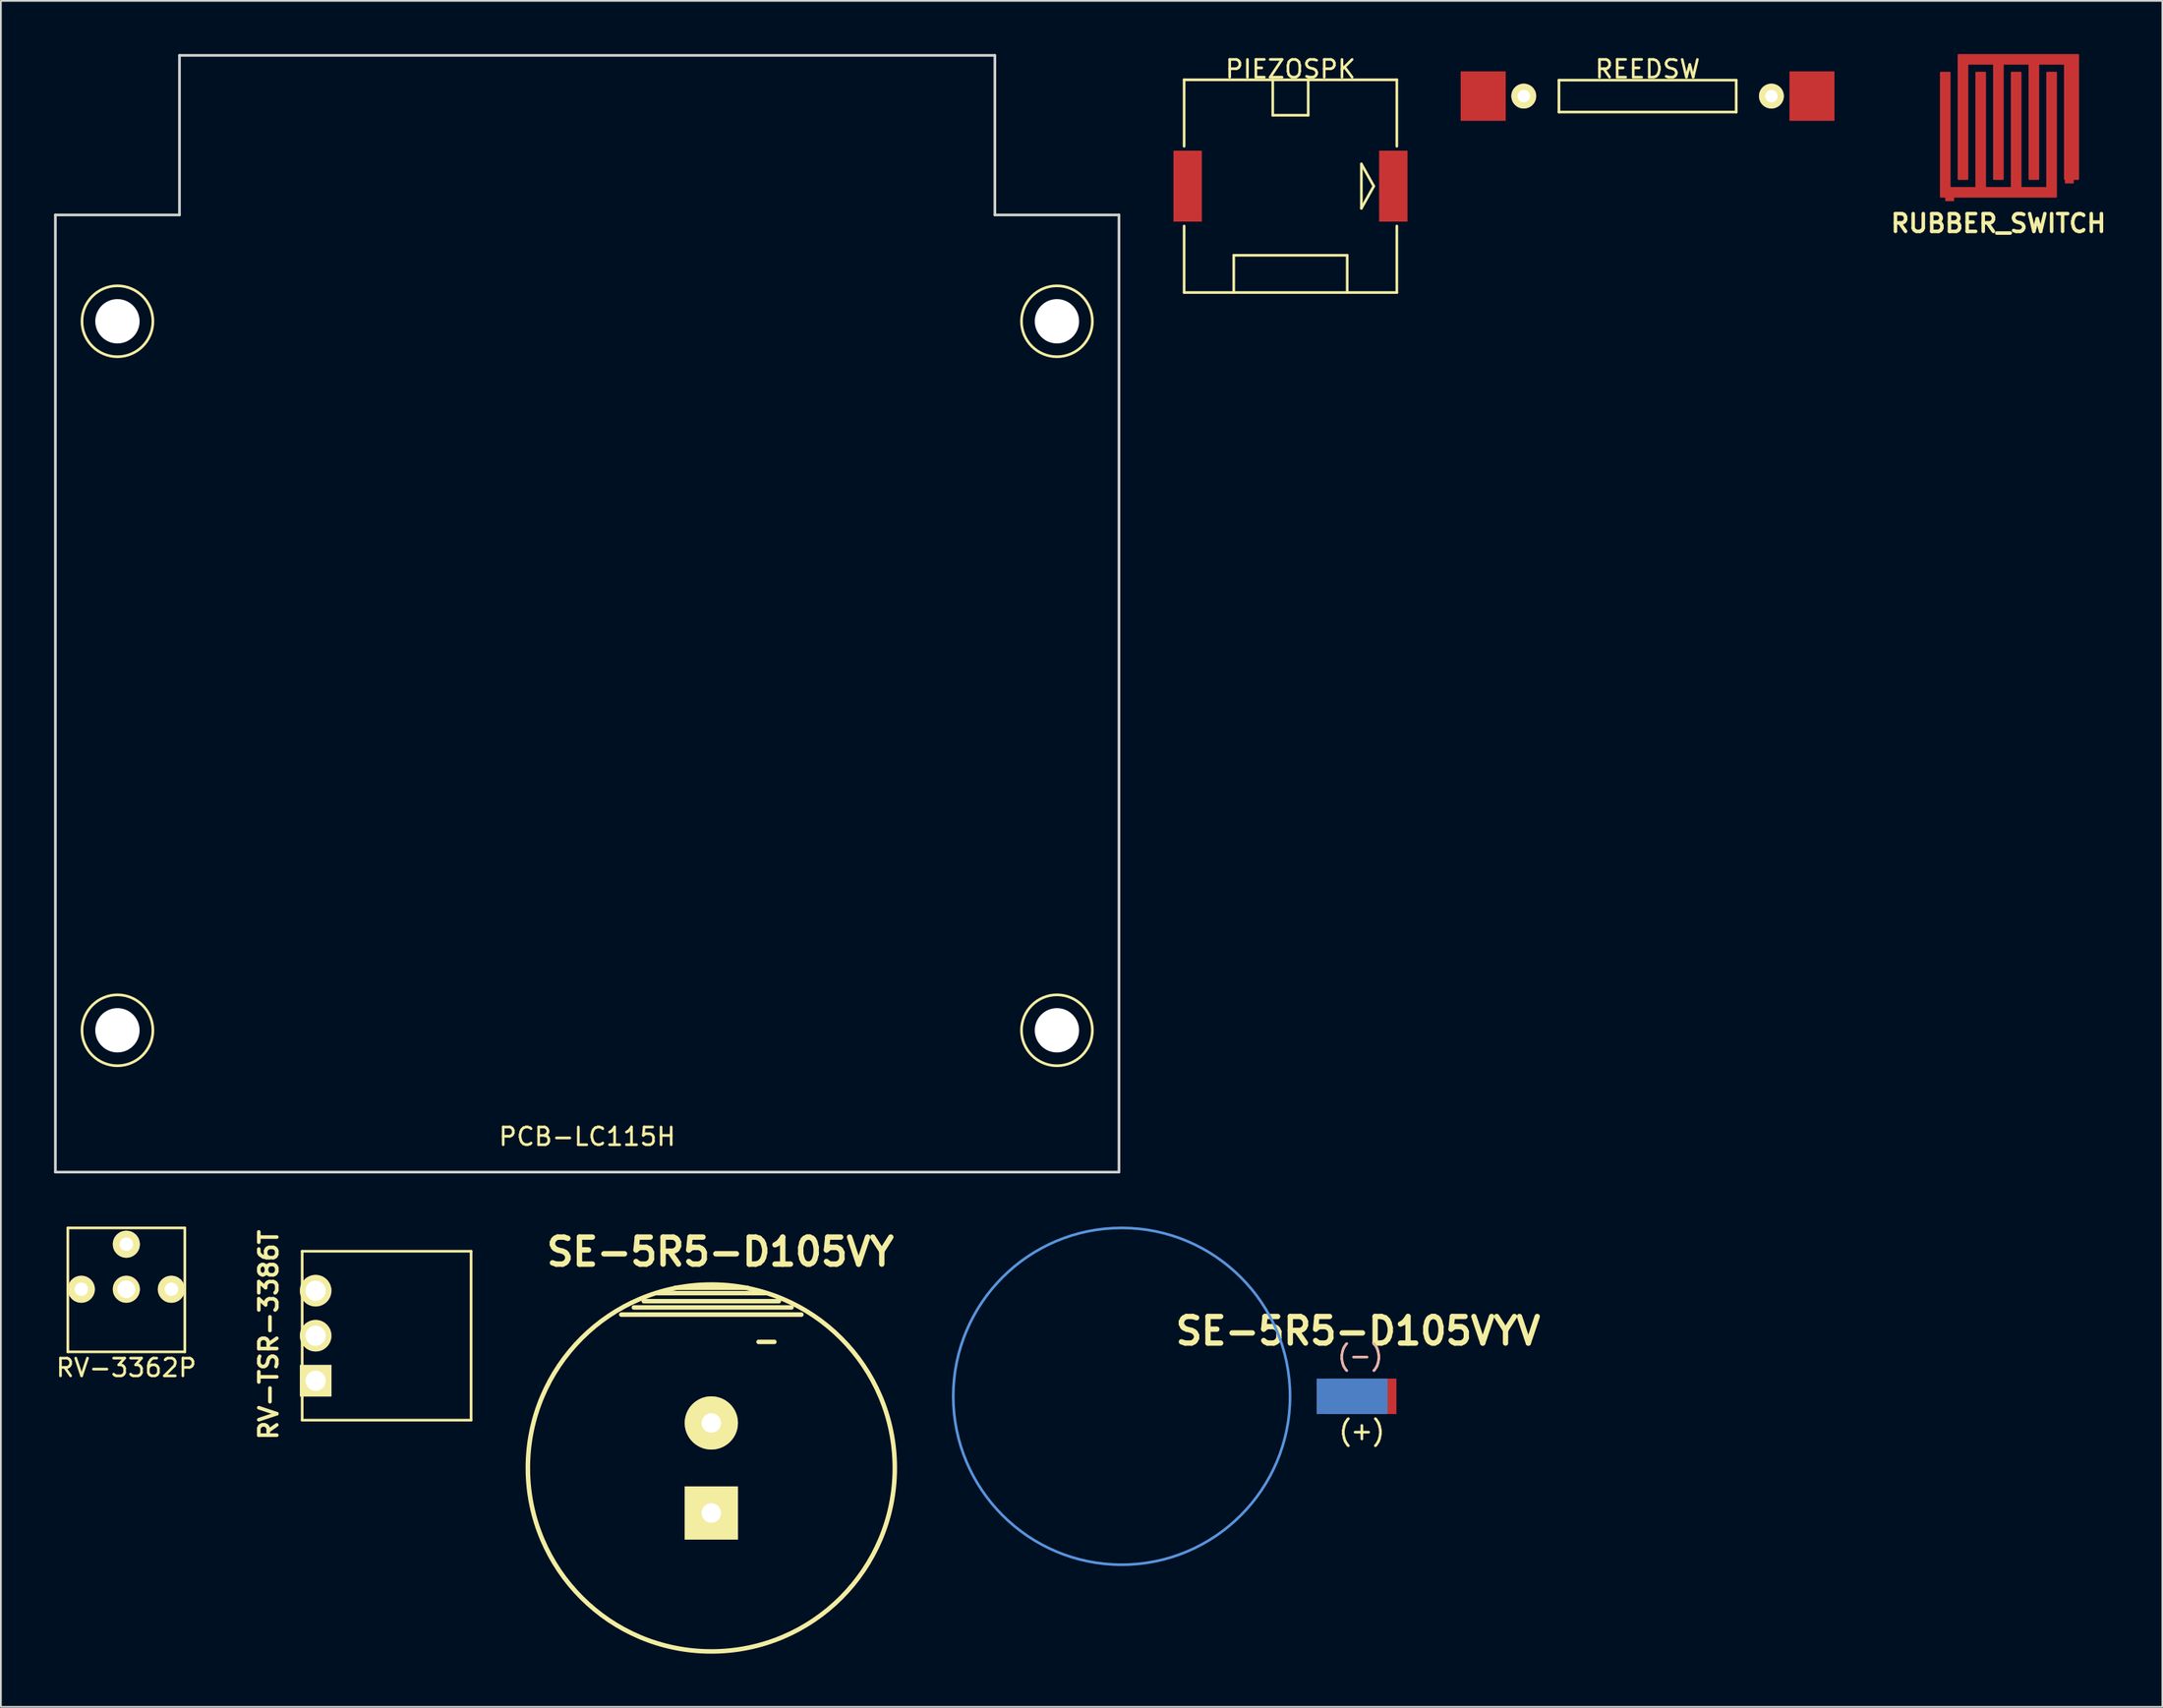
<source format=kicad_pcb>
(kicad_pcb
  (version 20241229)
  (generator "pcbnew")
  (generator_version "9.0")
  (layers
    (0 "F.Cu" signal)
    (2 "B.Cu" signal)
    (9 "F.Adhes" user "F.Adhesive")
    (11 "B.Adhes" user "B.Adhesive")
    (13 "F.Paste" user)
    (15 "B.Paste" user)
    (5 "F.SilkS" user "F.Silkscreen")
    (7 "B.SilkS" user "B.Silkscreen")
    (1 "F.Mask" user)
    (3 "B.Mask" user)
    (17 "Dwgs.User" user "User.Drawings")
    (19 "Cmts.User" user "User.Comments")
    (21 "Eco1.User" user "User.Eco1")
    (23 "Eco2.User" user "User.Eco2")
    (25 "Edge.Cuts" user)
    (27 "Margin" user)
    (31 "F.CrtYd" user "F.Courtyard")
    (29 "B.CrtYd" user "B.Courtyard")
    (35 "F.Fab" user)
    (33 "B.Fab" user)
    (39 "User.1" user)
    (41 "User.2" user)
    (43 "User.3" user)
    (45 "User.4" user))
  (footprint "SE-5R5-D105VY"
    (placed yes)
    (layer "F.Cu")
    (at 37.078 79.768)
    (property "Reference" "SE-5R5-D105VY" (at 0.508 -12.192 0) (layer "F.SilkS") (effects (font (size 1.524 1.524) (thickness 0.305))))
    (attr through_hole)
    (fp_line (start -4.368 -9.056) (end 4.522 -9.056) (stroke (width 0.254) (type solid)) (layer "F.SilkS"))
    (fp_line (start -3.048 -9.864) (end 3.048 -9.864) (stroke (width 0.254) (type solid)) (layer "F.SilkS"))
    (fp_line (start 2.032 -10.168) (end -2.032 -10.168) (stroke (width 0.254) (type solid)) (layer "F.SilkS"))
    (fp_line (start 2.667 -7.113) (end 3.556 -7.113) (stroke (width 0.254) (type solid)) (layer "F.SilkS"))
    (fp_line (start 3.81 -9.41) (end -3.81 -9.41) (stroke (width 0.254) (type solid)) (layer "F.SilkS"))
    (fp_line (start 5.08 -8.652) (end -5.08 -8.652) (stroke (width 0.254) (type solid)) (layer "F.SilkS"))
    (fp_circle (center 0 0) (end 10.35 0) (stroke (width 0.254) (type solid)) (fill no) (layer "F.SilkS"))
    (pad "1" thru_hole rect (at 0 2.54) (size 3 3) (drill 1.1) (layers "*.Cu" "*.Mask" "F.SilkS"))
    (pad "2" thru_hole circle (at 0 -2.54) (size 3 3) (drill 1.1) (layers "*.Cu" "*.Mask" "F.SilkS")))
  (footprint "PIEZOSPK"
    (layer "F.Cu")
    (at 69.75 7.452)
    (property "Reference" "PIEZOSPK" (at 0 -6.604 0) (layer "F.SilkS") (effects (font (size 1 1) (thickness 0.15))))
    (attr through_hole)
    (fp_line (start -6 -6) (end 6 -6) (stroke (width 0.15) (type solid)) (layer "F.SilkS"))
    (fp_line (start -6 -2.25) (end -6 -6) (stroke (width 0.15) (type solid)) (layer "F.SilkS"))
    (fp_line (start -6 2.25) (end -6 6) (stroke (width 0.15) (type solid)) (layer "F.SilkS"))
    (fp_line (start -6 6) (end 6 6) (stroke (width 0.15) (type solid)) (layer "F.SilkS"))
    (fp_line (start -3.2 3.9) (end 3.2 3.9) (stroke (width 0.15) (type solid)) (layer "F.SilkS"))
    (fp_line (start -3.2 6) (end -3.2 3.9) (stroke (width 0.15) (type solid)) (layer "F.SilkS"))
    (fp_line (start -1 -6) (end -1 -4) (stroke (width 0.15) (type solid)) (layer "F.SilkS"))
    (fp_line (start -1 -4) (end 1 -4) (stroke (width 0.15) (type solid)) (layer "F.SilkS"))
    (fp_line (start 1 -4) (end 1 -6) (stroke (width 0.15) (type solid)) (layer "F.SilkS"))
    (fp_line (start 3.2 3.9) (end 3.2 6) (stroke (width 0.15) (type solid)) (layer "F.SilkS"))
    (fp_line (start 4 -1.25) (end 4 1.25) (stroke (width 0.15) (type solid)) (layer "F.SilkS"))
    (fp_line (start 4 1.25) (end 4.7 0) (stroke (width 0.15) (type solid)) (layer "F.SilkS"))
    (fp_line (start 4.7 0) (end 4 -1.25) (stroke (width 0.15) (type solid)) (layer "F.SilkS"))
    (fp_line (start 6 -6) (end 6 -2.25) (stroke (width 0.15) (type solid)) (layer "F.SilkS"))
    (fp_line (start 6 6) (end 6 2.25) (stroke (width 0.15) (type solid)) (layer "F.SilkS"))
    (pad "1" smd rect (at -5.8 0) (size 1.6 4) (layers "F.Cu" "F.Mask" "F.Paste"))
    (pad "2" smd rect (at 5.8 0) (size 1.6 4) (layers "F.Cu" "F.Mask" "F.Paste")))
  (footprint "RUBBER_SWITCH"
    (layer "F.Cu")
    (at 109.688 4.05)
    (property "Reference" "RUBBER_SWITCH" (at 0 5.5 0) (layer "F.SilkS") (effects (font (size 1 1) (thickness 0.2))))
    (attr through_hole)
    (fp_poly (pts (xy -1.75 3) (xy -2.25 3) (xy -2.25 -4) (xy 4.5 -4) (xy 4.5 3) (xy 3.75 3) (xy 3.75 -3.5) (xy 2.25 -3.5) (xy 2.25 3) (xy 1.75 3) (xy 1.75 -3.5) (xy 0.25 -3.5) (xy 0.25 3) (xy -0.25 3) (xy -0.25 -3.5) (xy -1.75 -3.5) (xy -1.75 3)) (stroke (width 0.1) (type solid)) (fill yes) (layer "F.Cu"))
    (fp_poly (pts (xy -0.75 3.5) (xy 0.75 3.5) (xy 0.75 -3) (xy 1.25 -3) (xy 1.25 3.5) (xy 2.75 3.5) (xy 2.75 -3) (xy 3.25 -3) (xy 3.25 4) (xy -3.25 4) (xy -3.25 -3) (xy -2.75 -3) (xy -2.75 3.5) (xy -1.25 3.5) (xy -1.25 -3) (xy -0.75 -3) (xy -0.75 3.5)) (stroke (width 0.1) (type solid)) (fill yes) (layer "F.Cu"))
    (fp_poly (pts (xy -3.25 -4) (xy 4.5 -4) (xy 4.5 3) (xy 3.25 3) (xy 3.25 4) (xy -3.25 4) (xy -3.25 3.25)) (stroke (width 0.1) (type solid)) (fill yes) (layer "F.Mask"))
    (fp_poly (pts (xy -1.75 3) (xy -2.25 3) (xy -2.25 -4) (xy 4.5 -4) (xy 4.5 3) (xy 3.75 3) (xy 3.75 -3.5) (xy 2.25 -3.5) (xy 2.25 3) (xy 1.75 3) (xy 1.75 -3.5) (xy 0.25 -3.5) (xy 0.25 3) (xy -0.25 3) (xy -0.25 -3.5) (xy -1.75 -3.5) (xy -1.75 3)) (stroke (width 0.1) (type solid)) (fill yes) (layer "F.Paste"))
    (fp_poly (pts (xy -0.75 3.5) (xy 0.75 3.5) (xy 0.75 -3) (xy 1.25 -3) (xy 1.25 3.5) (xy 2.75 3.5) (xy 2.75 -3) (xy 3.25 -3) (xy 3.25 4) (xy -3.25 4) (xy -3.25 -3) (xy -2.75 -3) (xy -2.75 3.5) (xy -1.25 3.5) (xy -1.25 -3) (xy -0.75 -3) (xy -0.75 3.5)) (stroke (width 0.1) (type solid)) (fill yes) (layer "F.Paste"))
    (pad "1" smd rect (at -2.75 4) (size 0.5 0.5) (layers "F.Cu" "F.Mask" "F.Paste"))
    (pad "2" smd rect (at 4 3) (size 0.5 0.5) (layers "F.Cu" "F.Mask" "F.Paste")))
  (footprint "PCB-LC115H"
    (layer "F.Cu")
    (at 30.075 35.075)
    (property "Reference" "PCB-LC115H" (at 0 26 0) (layer "F.SilkS") (effects (font (size 1 1) (thickness 0.15))))
    (attr through_hole)
    (fp_circle (center -26.5 -20) (end -24.5 -20) (stroke (width 0.15) (type solid)) (fill no) (layer "F.SilkS"))
    (fp_circle (center -26.5 20) (end -24.5 20) (stroke (width 0.15) (type solid)) (fill no) (layer "F.SilkS"))
    (fp_circle (center 26.5 -20) (end 24.5 -20) (stroke (width 0.15) (type solid)) (fill no) (layer "F.SilkS"))
    (fp_circle (center 26.5 20) (end 28.5 20) (stroke (width 0.15) (type solid)) (fill no) (layer "F.SilkS"))
    (fp_line (start -30 -26) (end -23 -26) (stroke (width 0.15) (type solid)) (layer "Edge.Cuts"))
    (fp_line (start -30 28) (end -30 -26) (stroke (width 0.15) (type solid)) (layer "Edge.Cuts"))
    (fp_line (start -23 -35) (end 23 -35) (stroke (width 0.15) (type solid)) (layer "Edge.Cuts"))
    (fp_line (start -23 -26) (end -23 -35) (stroke (width 0.15) (type solid)) (layer "Edge.Cuts"))
    (fp_line (start 23 -35) (end 23 -26) (stroke (width 0.15) (type solid)) (layer "Edge.Cuts"))
    (fp_line (start 23 -26) (end 30 -26) (stroke (width 0.15) (type solid)) (layer "Edge.Cuts"))
    (fp_line (start 30 -26) (end 30 28) (stroke (width 0.15) (type solid)) (layer "Edge.Cuts"))
    (fp_line (start 30 28) (end -30 28) (stroke (width 0.15) (type solid)) (layer "Edge.Cuts"))
    (pad "" np_thru_hole circle (at -26.5 -20) (size 2.5 2.5) (drill 2.5) (layers "*.Cu" "*.Mask"))
    (pad "" np_thru_hole circle (at -26.5 20) (size 2.5 2.5) (drill 2.5) (layers "*.Cu" "*.Mask"))
    (pad "" np_thru_hole circle (at 26.5 -20) (size 2.5 2.5) (drill 2.5) (layers "*.Cu" "*.Mask"))
    (pad "" np_thru_hole circle (at 26.5 20) (size 2.5 2.5) (drill 2.5) (layers "*.Cu" "*.Mask")))
  (footprint "RV-3362P"
    (layer "F.Cu")
    (at 4.077 69.685)
    (property "Reference" "RV-3362P" (at 0 4.43 0) (layer "F.SilkS") (effects (font (size 1 1) (thickness 0.15))))
    (attr through_hole)
    (fp_line (start -3.3 -3.46) (end -3.3 3.53) (stroke (width 0.15) (type solid)) (layer "F.SilkS"))
    (fp_line (start -3.3 3.53) (end 3.3 3.53) (stroke (width 0.15) (type solid)) (layer "F.SilkS"))
    (fp_line (start 3.3 -3.46) (end -3.3 -3.46) (stroke (width 0.15) (type solid)) (layer "F.SilkS"))
    (fp_line (start 3.3 3.53) (end 3.3 -3.46) (stroke (width 0.15) (type solid)) (layer "F.SilkS"))
    (pad "" np_thru_hole circle (at 0 0) (size 1.524 1.524) (drill 1) (layers "*.Cu" "*.Mask" "F.SilkS"))
    (pad "1" thru_hole circle (at -2.54 0) (size 1.524 1.524) (drill 0.762) (layers "*.Cu" "*.Mask" "F.SilkS"))
    (pad "2" thru_hole circle (at 0 -2.54) (size 1.524 1.524) (drill 0.762) (layers "*.Cu" "*.Mask" "F.SilkS"))
    (pad "3" thru_hole circle (at 2.54 0) (size 1.524 1.524) (drill 0.762) (layers "*.Cu" "*.Mask" "F.SilkS")))
  (footprint "SE-5R5-D105VYV"
    (placed yes)
    (layer "F.Cu")
    (at 60.226 75.725)
    (property "Reference" "SE-5R5-D105VYV" (at 13.335 -3.683 0) (layer "F.SilkS") (effects (font (size 1.5 1.5) (thickness 0.3))))
    (attr through_hole)
    (fp_circle (center 0 0) (end 9.5 0) (stroke (width 0.15) (type solid)) (fill no) (layer "Cmts.User"))
    (fp_text user "(+)" (at 13.55 1.95 0) (layer "F.SilkS") (effects (font (size 1 1) (thickness 0.15))))
    (fp_text user "(-)" (at 13.462 -2.286 0) (layer "B.SilkS") (effects (font (size 1 1) (thickness 0.15)) (justify mirror)))
    (pad "1" smd rect (at 13.5 0) (size 4 2) (layers "F.Cu" "F.Mask" "F.Paste"))
    (pad "2" smd rect (at 13 0) (size 4 2) (layers "B.Cu" "B.Mask" "B.Paste")))
  (footprint "RV-TSR-3386T"
    (layer "F.Cu")
    (at 14.756 72.306)
    (property "Reference" "RV-TSR-3386T" (at -2.65 -0.05 90) (layer "F.SilkS") (effects (font (size 1.016 1.016) (thickness 0.203))))
    (attr through_hole)
    (fp_line (start -0.76 -4.765) (end 8.77 -4.765) (stroke (width 0.15) (type solid)) (layer "F.SilkS"))
    (fp_line (start -0.76 4.765) (end -0.76 -4.765) (stroke (width 0.15) (type solid)) (layer "F.SilkS"))
    (fp_line (start 8.77 -4.765) (end 8.77 4.765) (stroke (width 0.15) (type solid)) (layer "F.SilkS"))
    (fp_line (start 8.77 4.765) (end -0.76 4.765) (stroke (width 0.15) (type solid)) (layer "F.SilkS"))
    (pad "1" thru_hole rect (at 0 2.54) (size 1.778 1.778) (drill 1.143) (layers "*.Cu" "*.Mask" "F.SilkS"))
    (pad "2" thru_hole circle (at 0 0) (size 1.778 1.778) (drill 1.143) (layers "*.Cu" "*.Mask" "F.SilkS"))
    (pad "3" thru_hole circle (at 0 -2.54) (size 1.778 1.778) (drill 1.143) (layers "*.Cu" "*.Mask" "F.SilkS")))
  (footprint "REEDSW"
    (layer "F.Cu")
    (at 89.895 2.372)
    (property "Reference" "REEDSW" (at 0 -1.524 0) (layer "F.SilkS") (effects (font (size 1 1) (thickness 0.15))))
    (attr through_hole)
    (fp_line (start -5 -0.9) (end 5 -0.9) (stroke (width 0.15) (type solid)) (layer "F.SilkS"))
    (fp_line (start -5 0.9) (end -5 -0.9) (stroke (width 0.15) (type solid)) (layer "F.SilkS"))
    (fp_line (start 5 -0.9) (end 5 0.9) (stroke (width 0.15) (type solid)) (layer "F.SilkS"))
    (fp_line (start 5 0.9) (end -5 0.9) (stroke (width 0.15) (type solid)) (layer "F.SilkS"))
    (pad "1" smd rect (at -9.275 0) (size 2.54 2.79) (layers "F.Cu" "F.Mask" "F.Paste"))
    (pad "1" thru_hole circle (at -6.985 0) (size 1.4 1.4) (drill 0.7) (layers "*.Cu" "*.Mask" "F.SilkS"))
    (pad "2" thru_hole circle (at 6.985 0) (size 1.4 1.4) (drill 0.7) (layers "*.Cu" "*.Mask" "F.SilkS"))
    (pad "2" smd rect (at 9.275 0) (size 2.54 2.79) (layers "F.Cu" "F.Mask" "F.Paste")))
  (gr_rect
    (start -3 -3)
    (end 118.935 93.245)
    (stroke (width 0.1) (type default))
    (fill no)
    (layer "Edge.Cuts")))
</source>
